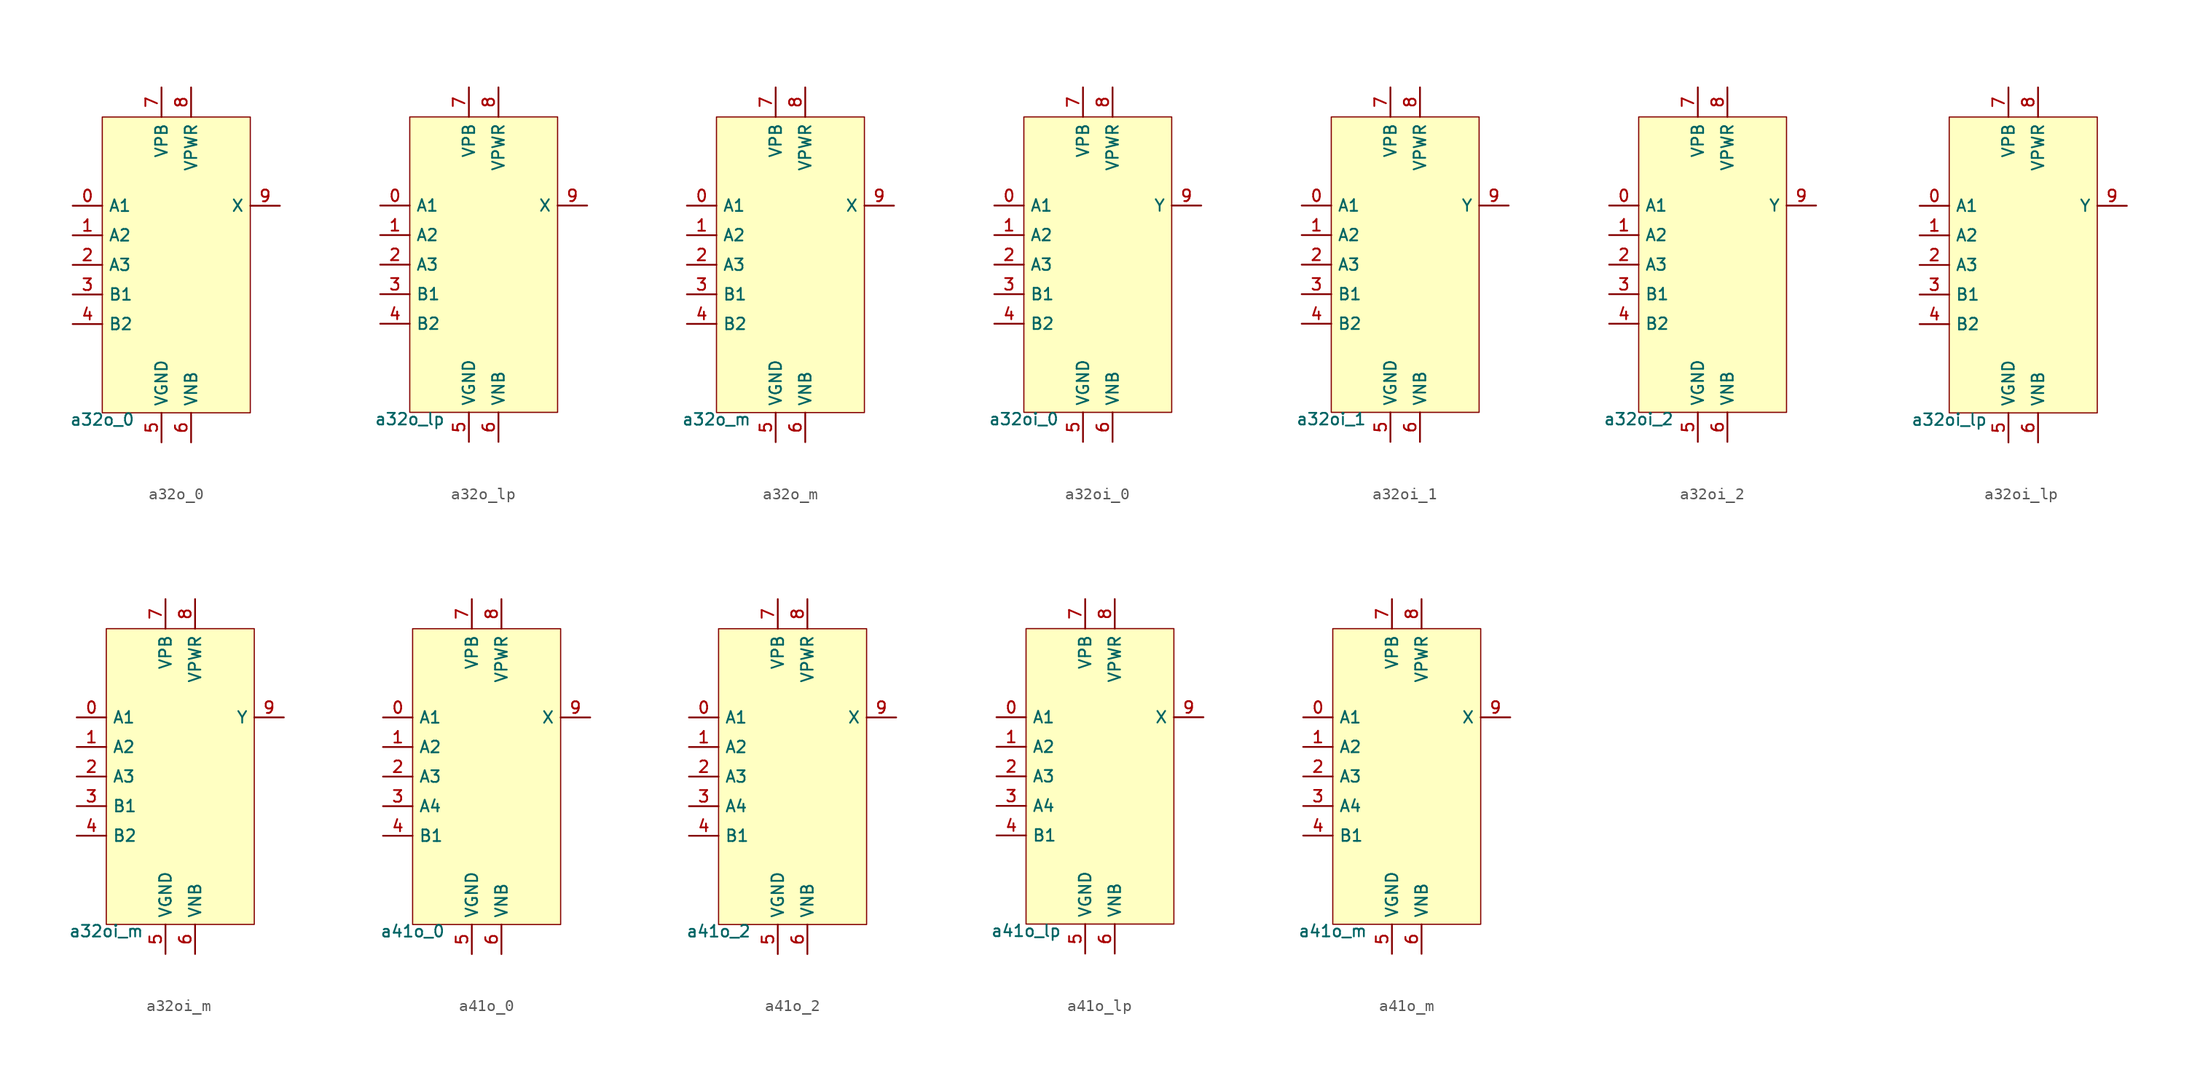
<source format=kicad_sym>
(kicad_symbol_lib
  (version 20211014)
  (generator pdk2kicad)
  (symbol "a32o_0"
    (property "Reference" "X"
      (at 0 0 0)
      (effects (font (size 1 1)) hide))
    (property "Value" "a32o_0"
      (at -6.35 -12.7 0)
      (effects (font (size 1 1)) (justify top)))
    (rectangle
      (start -6.35 -12.7)
      (end 6.35 12.7)
      (stroke (width 0.1) (type solid) (color 0 0 0 0))
      (fill (type background)))
    (pin input line
      (at -8.89 5.08 0)
      (length 2.54)
      (name "A1" (effects (font (size 1 1)) hide))
      (number "0" (effects (font (size 1 1)) hide)))
    (pin input line
      (at -8.89 2.54 0)
      (length 2.54)
      (name "A2" (effects (font (size 1 1)) hide))
      (number "1" (effects (font (size 1 1)) hide)))
    (pin input line
      (at -8.89 -8.881784197001252e-16 0)
      (length 2.54)
      (name "A3" (effects (font (size 1 1)) hide))
      (number "2" (effects (font (size 1 1)) hide)))
    (pin input line
      (at -8.89 -2.54 0)
      (length 2.54)
      (name "B1" (effects (font (size 1 1)) hide))
      (number "3" (effects (font (size 1 1)) hide)))
    (pin input line
      (at -8.89 -5.08 0)
      (length 2.54)
      (name "B2" (effects (font (size 1 1)) hide))
      (number "4" (effects (font (size 1 1)) hide)))
    (pin power_in line
      (at -1.27 -15.24 90)
      (length 2.54)
      (name "VGND" (effects (font (size 1 1)) hide))
      (number "5" (effects (font (size 1 1)) hide)))
    (pin power_in line
      (at 1.27 -15.24 90)
      (length 2.54)
      (name "VNB" (effects (font (size 1 1)) hide))
      (number "6" (effects (font (size 1 1)) hide)))
    (pin power_in line
      (at -1.27 15.24 270)
      (length 2.54)
      (name "VPB" (effects (font (size 1 1)) hide))
      (number "7" (effects (font (size 1 1)) hide)))
    (pin power_in line
      (at 1.27 15.24 270)
      (length 2.54)
      (name "VPWR" (effects (font (size 1 1)) hide))
      (number "8" (effects (font (size 1 1)) hide)))
    (pin output line
      (at 8.89 5.08 180)
      (length 2.54)
      (name "X" (effects (font (size 1 1)) hide))
      (number "9" (effects (font (size 1 1)) hide))))
  (symbol "a32o_lp"
    (property "Reference" "X"
      (at 0 0 0)
      (effects (font (size 1 1)) hide))
    (property "Value" "a32o_lp"
      (at -6.35 -12.7 0)
      (effects (font (size 1 1)) (justify top)))
    (rectangle
      (start -6.35 -12.7)
      (end 6.35 12.7)
      (stroke (width 0.1) (type solid) (color 0 0 0 0))
      (fill (type background)))
    (pin input line
      (at -8.89 5.08 0)
      (length 2.54)
      (name "A1" (effects (font (size 1 1)) hide))
      (number "0" (effects (font (size 1 1)) hide)))
    (pin input line
      (at -8.89 2.54 0)
      (length 2.54)
      (name "A2" (effects (font (size 1 1)) hide))
      (number "1" (effects (font (size 1 1)) hide)))
    (pin input line
      (at -8.89 -8.881784197001252e-16 0)
      (length 2.54)
      (name "A3" (effects (font (size 1 1)) hide))
      (number "2" (effects (font (size 1 1)) hide)))
    (pin input line
      (at -8.89 -2.54 0)
      (length 2.54)
      (name "B1" (effects (font (size 1 1)) hide))
      (number "3" (effects (font (size 1 1)) hide)))
    (pin input line
      (at -8.89 -5.08 0)
      (length 2.54)
      (name "B2" (effects (font (size 1 1)) hide))
      (number "4" (effects (font (size 1 1)) hide)))
    (pin power_in line
      (at -1.27 -15.24 90)
      (length 2.54)
      (name "VGND" (effects (font (size 1 1)) hide))
      (number "5" (effects (font (size 1 1)) hide)))
    (pin power_in line
      (at 1.27 -15.24 90)
      (length 2.54)
      (name "VNB" (effects (font (size 1 1)) hide))
      (number "6" (effects (font (size 1 1)) hide)))
    (pin power_in line
      (at -1.27 15.24 270)
      (length 2.54)
      (name "VPB" (effects (font (size 1 1)) hide))
      (number "7" (effects (font (size 1 1)) hide)))
    (pin power_in line
      (at 1.27 15.24 270)
      (length 2.54)
      (name "VPWR" (effects (font (size 1 1)) hide))
      (number "8" (effects (font (size 1 1)) hide)))
    (pin output line
      (at 8.89 5.08 180)
      (length 2.54)
      (name "X" (effects (font (size 1 1)) hide))
      (number "9" (effects (font (size 1 1)) hide))))
  (symbol "a32o_m"
    (property "Reference" "X"
      (at 0 0 0)
      (effects (font (size 1 1)) hide))
    (property "Value" "a32o_m"
      (at -6.35 -12.7 0)
      (effects (font (size 1 1)) (justify top)))
    (rectangle
      (start -6.35 -12.7)
      (end 6.35 12.7)
      (stroke (width 0.1) (type solid) (color 0 0 0 0))
      (fill (type background)))
    (pin input line
      (at -8.89 5.08 0)
      (length 2.54)
      (name "A1" (effects (font (size 1 1)) hide))
      (number "0" (effects (font (size 1 1)) hide)))
    (pin input line
      (at -8.89 2.54 0)
      (length 2.54)
      (name "A2" (effects (font (size 1 1)) hide))
      (number "1" (effects (font (size 1 1)) hide)))
    (pin input line
      (at -8.89 -8.881784197001252e-16 0)
      (length 2.54)
      (name "A3" (effects (font (size 1 1)) hide))
      (number "2" (effects (font (size 1 1)) hide)))
    (pin input line
      (at -8.89 -2.54 0)
      (length 2.54)
      (name "B1" (effects (font (size 1 1)) hide))
      (number "3" (effects (font (size 1 1)) hide)))
    (pin input line
      (at -8.89 -5.08 0)
      (length 2.54)
      (name "B2" (effects (font (size 1 1)) hide))
      (number "4" (effects (font (size 1 1)) hide)))
    (pin power_in line
      (at -1.27 -15.24 90)
      (length 2.54)
      (name "VGND" (effects (font (size 1 1)) hide))
      (number "5" (effects (font (size 1 1)) hide)))
    (pin power_in line
      (at 1.27 -15.24 90)
      (length 2.54)
      (name "VNB" (effects (font (size 1 1)) hide))
      (number "6" (effects (font (size 1 1)) hide)))
    (pin power_in line
      (at -1.27 15.24 270)
      (length 2.54)
      (name "VPB" (effects (font (size 1 1)) hide))
      (number "7" (effects (font (size 1 1)) hide)))
    (pin power_in line
      (at 1.27 15.24 270)
      (length 2.54)
      (name "VPWR" (effects (font (size 1 1)) hide))
      (number "8" (effects (font (size 1 1)) hide)))
    (pin output line
      (at 8.89 5.08 180)
      (length 2.54)
      (name "X" (effects (font (size 1 1)) hide))
      (number "9" (effects (font (size 1 1)) hide))))
  (symbol "a32oi_0"
    (property "Reference" "X"
      (at 0 0 0)
      (effects (font (size 1 1)) hide))
    (property "Value" "a32oi_0"
      (at -6.35 -12.7 0)
      (effects (font (size 1 1)) (justify top)))
    (rectangle
      (start -6.35 -12.7)
      (end 6.35 12.7)
      (stroke (width 0.1) (type solid) (color 0 0 0 0))
      (fill (type background)))
    (pin input line
      (at -8.89 5.08 0)
      (length 2.54)
      (name "A1" (effects (font (size 1 1)) hide))
      (number "0" (effects (font (size 1 1)) hide)))
    (pin input line
      (at -8.89 2.54 0)
      (length 2.54)
      (name "A2" (effects (font (size 1 1)) hide))
      (number "1" (effects (font (size 1 1)) hide)))
    (pin input line
      (at -8.89 -8.881784197001252e-16 0)
      (length 2.54)
      (name "A3" (effects (font (size 1 1)) hide))
      (number "2" (effects (font (size 1 1)) hide)))
    (pin input line
      (at -8.89 -2.54 0)
      (length 2.54)
      (name "B1" (effects (font (size 1 1)) hide))
      (number "3" (effects (font (size 1 1)) hide)))
    (pin input line
      (at -8.89 -5.08 0)
      (length 2.54)
      (name "B2" (effects (font (size 1 1)) hide))
      (number "4" (effects (font (size 1 1)) hide)))
    (pin power_in line
      (at -1.27 -15.24 90)
      (length 2.54)
      (name "VGND" (effects (font (size 1 1)) hide))
      (number "5" (effects (font (size 1 1)) hide)))
    (pin power_in line
      (at 1.27 -15.24 90)
      (length 2.54)
      (name "VNB" (effects (font (size 1 1)) hide))
      (number "6" (effects (font (size 1 1)) hide)))
    (pin power_in line
      (at -1.27 15.24 270)
      (length 2.54)
      (name "VPB" (effects (font (size 1 1)) hide))
      (number "7" (effects (font (size 1 1)) hide)))
    (pin power_in line
      (at 1.27 15.24 270)
      (length 2.54)
      (name "VPWR" (effects (font (size 1 1)) hide))
      (number "8" (effects (font (size 1 1)) hide)))
    (pin output line
      (at 8.89 5.08 180)
      (length 2.54)
      (name "Y" (effects (font (size 1 1)) hide))
      (number "9" (effects (font (size 1 1)) hide))))
  (symbol "a32oi_1"
    (property "Reference" "X"
      (at 0 0 0)
      (effects (font (size 1 1)) hide))
    (property "Value" "a32oi_1"
      (at -6.35 -12.7 0)
      (effects (font (size 1 1)) (justify top)))
    (rectangle
      (start -6.35 -12.7)
      (end 6.35 12.7)
      (stroke (width 0.1) (type solid) (color 0 0 0 0))
      (fill (type background)))
    (pin input line
      (at -8.89 5.08 0)
      (length 2.54)
      (name "A1" (effects (font (size 1 1)) hide))
      (number "0" (effects (font (size 1 1)) hide)))
    (pin input line
      (at -8.89 2.54 0)
      (length 2.54)
      (name "A2" (effects (font (size 1 1)) hide))
      (number "1" (effects (font (size 1 1)) hide)))
    (pin input line
      (at -8.89 -8.881784197001252e-16 0)
      (length 2.54)
      (name "A3" (effects (font (size 1 1)) hide))
      (number "2" (effects (font (size 1 1)) hide)))
    (pin input line
      (at -8.89 -2.54 0)
      (length 2.54)
      (name "B1" (effects (font (size 1 1)) hide))
      (number "3" (effects (font (size 1 1)) hide)))
    (pin input line
      (at -8.89 -5.08 0)
      (length 2.54)
      (name "B2" (effects (font (size 1 1)) hide))
      (number "4" (effects (font (size 1 1)) hide)))
    (pin power_in line
      (at -1.27 -15.24 90)
      (length 2.54)
      (name "VGND" (effects (font (size 1 1)) hide))
      (number "5" (effects (font (size 1 1)) hide)))
    (pin power_in line
      (at 1.27 -15.24 90)
      (length 2.54)
      (name "VNB" (effects (font (size 1 1)) hide))
      (number "6" (effects (font (size 1 1)) hide)))
    (pin power_in line
      (at -1.27 15.24 270)
      (length 2.54)
      (name "VPB" (effects (font (size 1 1)) hide))
      (number "7" (effects (font (size 1 1)) hide)))
    (pin power_in line
      (at 1.27 15.24 270)
      (length 2.54)
      (name "VPWR" (effects (font (size 1 1)) hide))
      (number "8" (effects (font (size 1 1)) hide)))
    (pin output line
      (at 8.89 5.08 180)
      (length 2.54)
      (name "Y" (effects (font (size 1 1)) hide))
      (number "9" (effects (font (size 1 1)) hide))))
  (symbol "a32oi_2"
    (property "Reference" "X"
      (at 0 0 0)
      (effects (font (size 1 1)) hide))
    (property "Value" "a32oi_2"
      (at -6.35 -12.7 0)
      (effects (font (size 1 1)) (justify top)))
    (rectangle
      (start -6.35 -12.7)
      (end 6.35 12.7)
      (stroke (width 0.1) (type solid) (color 0 0 0 0))
      (fill (type background)))
    (pin input line
      (at -8.89 5.08 0)
      (length 2.54)
      (name "A1" (effects (font (size 1 1)) hide))
      (number "0" (effects (font (size 1 1)) hide)))
    (pin input line
      (at -8.89 2.54 0)
      (length 2.54)
      (name "A2" (effects (font (size 1 1)) hide))
      (number "1" (effects (font (size 1 1)) hide)))
    (pin input line
      (at -8.89 -8.881784197001252e-16 0)
      (length 2.54)
      (name "A3" (effects (font (size 1 1)) hide))
      (number "2" (effects (font (size 1 1)) hide)))
    (pin input line
      (at -8.89 -2.54 0)
      (length 2.54)
      (name "B1" (effects (font (size 1 1)) hide))
      (number "3" (effects (font (size 1 1)) hide)))
    (pin input line
      (at -8.89 -5.08 0)
      (length 2.54)
      (name "B2" (effects (font (size 1 1)) hide))
      (number "4" (effects (font (size 1 1)) hide)))
    (pin power_in line
      (at -1.27 -15.24 90)
      (length 2.54)
      (name "VGND" (effects (font (size 1 1)) hide))
      (number "5" (effects (font (size 1 1)) hide)))
    (pin power_in line
      (at 1.27 -15.24 90)
      (length 2.54)
      (name "VNB" (effects (font (size 1 1)) hide))
      (number "6" (effects (font (size 1 1)) hide)))
    (pin power_in line
      (at -1.27 15.24 270)
      (length 2.54)
      (name "VPB" (effects (font (size 1 1)) hide))
      (number "7" (effects (font (size 1 1)) hide)))
    (pin power_in line
      (at 1.27 15.24 270)
      (length 2.54)
      (name "VPWR" (effects (font (size 1 1)) hide))
      (number "8" (effects (font (size 1 1)) hide)))
    (pin output line
      (at 8.89 5.08 180)
      (length 2.54)
      (name "Y" (effects (font (size 1 1)) hide))
      (number "9" (effects (font (size 1 1)) hide))))
  (symbol "a32oi_lp"
    (property "Reference" "X"
      (at 0 0 0)
      (effects (font (size 1 1)) hide))
    (property "Value" "a32oi_lp"
      (at -6.35 -12.7 0)
      (effects (font (size 1 1)) (justify top)))
    (rectangle
      (start -6.35 -12.7)
      (end 6.35 12.7)
      (stroke (width 0.1) (type solid) (color 0 0 0 0))
      (fill (type background)))
    (pin input line
      (at -8.89 5.08 0)
      (length 2.54)
      (name "A1" (effects (font (size 1 1)) hide))
      (number "0" (effects (font (size 1 1)) hide)))
    (pin input line
      (at -8.89 2.54 0)
      (length 2.54)
      (name "A2" (effects (font (size 1 1)) hide))
      (number "1" (effects (font (size 1 1)) hide)))
    (pin input line
      (at -8.89 -8.881784197001252e-16 0)
      (length 2.54)
      (name "A3" (effects (font (size 1 1)) hide))
      (number "2" (effects (font (size 1 1)) hide)))
    (pin input line
      (at -8.89 -2.54 0)
      (length 2.54)
      (name "B1" (effects (font (size 1 1)) hide))
      (number "3" (effects (font (size 1 1)) hide)))
    (pin input line
      (at -8.89 -5.08 0)
      (length 2.54)
      (name "B2" (effects (font (size 1 1)) hide))
      (number "4" (effects (font (size 1 1)) hide)))
    (pin power_in line
      (at -1.27 -15.24 90)
      (length 2.54)
      (name "VGND" (effects (font (size 1 1)) hide))
      (number "5" (effects (font (size 1 1)) hide)))
    (pin power_in line
      (at 1.27 -15.24 90)
      (length 2.54)
      (name "VNB" (effects (font (size 1 1)) hide))
      (number "6" (effects (font (size 1 1)) hide)))
    (pin power_in line
      (at -1.27 15.24 270)
      (length 2.54)
      (name "VPB" (effects (font (size 1 1)) hide))
      (number "7" (effects (font (size 1 1)) hide)))
    (pin power_in line
      (at 1.27 15.24 270)
      (length 2.54)
      (name "VPWR" (effects (font (size 1 1)) hide))
      (number "8" (effects (font (size 1 1)) hide)))
    (pin output line
      (at 8.89 5.08 180)
      (length 2.54)
      (name "Y" (effects (font (size 1 1)) hide))
      (number "9" (effects (font (size 1 1)) hide))))
  (symbol "a32oi_m"
    (property "Reference" "X"
      (at 0 0 0)
      (effects (font (size 1 1)) hide))
    (property "Value" "a32oi_m"
      (at -6.35 -12.7 0)
      (effects (font (size 1 1)) (justify top)))
    (rectangle
      (start -6.35 -12.7)
      (end 6.35 12.7)
      (stroke (width 0.1) (type solid) (color 0 0 0 0))
      (fill (type background)))
    (pin input line
      (at -8.89 5.08 0)
      (length 2.54)
      (name "A1" (effects (font (size 1 1)) hide))
      (number "0" (effects (font (size 1 1)) hide)))
    (pin input line
      (at -8.89 2.54 0)
      (length 2.54)
      (name "A2" (effects (font (size 1 1)) hide))
      (number "1" (effects (font (size 1 1)) hide)))
    (pin input line
      (at -8.89 -8.881784197001252e-16 0)
      (length 2.54)
      (name "A3" (effects (font (size 1 1)) hide))
      (number "2" (effects (font (size 1 1)) hide)))
    (pin input line
      (at -8.89 -2.54 0)
      (length 2.54)
      (name "B1" (effects (font (size 1 1)) hide))
      (number "3" (effects (font (size 1 1)) hide)))
    (pin input line
      (at -8.89 -5.08 0)
      (length 2.54)
      (name "B2" (effects (font (size 1 1)) hide))
      (number "4" (effects (font (size 1 1)) hide)))
    (pin power_in line
      (at -1.27 -15.24 90)
      (length 2.54)
      (name "VGND" (effects (font (size 1 1)) hide))
      (number "5" (effects (font (size 1 1)) hide)))
    (pin power_in line
      (at 1.27 -15.24 90)
      (length 2.54)
      (name "VNB" (effects (font (size 1 1)) hide))
      (number "6" (effects (font (size 1 1)) hide)))
    (pin power_in line
      (at -1.27 15.24 270)
      (length 2.54)
      (name "VPB" (effects (font (size 1 1)) hide))
      (number "7" (effects (font (size 1 1)) hide)))
    (pin power_in line
      (at 1.27 15.24 270)
      (length 2.54)
      (name "VPWR" (effects (font (size 1 1)) hide))
      (number "8" (effects (font (size 1 1)) hide)))
    (pin output line
      (at 8.89 5.08 180)
      (length 2.54)
      (name "Y" (effects (font (size 1 1)) hide))
      (number "9" (effects (font (size 1 1)) hide))))
  (symbol "a41o_0"
    (property "Reference" "X"
      (at 0 0 0)
      (effects (font (size 1 1)) hide))
    (property "Value" "a41o_0"
      (at -6.35 -12.7 0)
      (effects (font (size 1 1)) (justify top)))
    (rectangle
      (start -6.35 -12.7)
      (end 6.35 12.7)
      (stroke (width 0.1) (type solid) (color 0 0 0 0))
      (fill (type background)))
    (pin input line
      (at -8.89 5.08 0)
      (length 2.54)
      (name "A1" (effects (font (size 1 1)) hide))
      (number "0" (effects (font (size 1 1)) hide)))
    (pin input line
      (at -8.89 2.54 0)
      (length 2.54)
      (name "A2" (effects (font (size 1 1)) hide))
      (number "1" (effects (font (size 1 1)) hide)))
    (pin input line
      (at -8.89 -8.881784197001252e-16 0)
      (length 2.54)
      (name "A3" (effects (font (size 1 1)) hide))
      (number "2" (effects (font (size 1 1)) hide)))
    (pin input line
      (at -8.89 -2.54 0)
      (length 2.54)
      (name "A4" (effects (font (size 1 1)) hide))
      (number "3" (effects (font (size 1 1)) hide)))
    (pin input line
      (at -8.89 -5.08 0)
      (length 2.54)
      (name "B1" (effects (font (size 1 1)) hide))
      (number "4" (effects (font (size 1 1)) hide)))
    (pin power_in line
      (at -1.27 -15.24 90)
      (length 2.54)
      (name "VGND" (effects (font (size 1 1)) hide))
      (number "5" (effects (font (size 1 1)) hide)))
    (pin power_in line
      (at 1.27 -15.24 90)
      (length 2.54)
      (name "VNB" (effects (font (size 1 1)) hide))
      (number "6" (effects (font (size 1 1)) hide)))
    (pin power_in line
      (at -1.27 15.24 270)
      (length 2.54)
      (name "VPB" (effects (font (size 1 1)) hide))
      (number "7" (effects (font (size 1 1)) hide)))
    (pin power_in line
      (at 1.27 15.24 270)
      (length 2.54)
      (name "VPWR" (effects (font (size 1 1)) hide))
      (number "8" (effects (font (size 1 1)) hide)))
    (pin output line
      (at 8.89 5.08 180)
      (length 2.54)
      (name "X" (effects (font (size 1 1)) hide))
      (number "9" (effects (font (size 1 1)) hide))))
  (symbol "a41o_2"
    (property "Reference" "X"
      (at 0 0 0)
      (effects (font (size 1 1)) hide))
    (property "Value" "a41o_2"
      (at -6.35 -12.7 0)
      (effects (font (size 1 1)) (justify top)))
    (rectangle
      (start -6.35 -12.7)
      (end 6.35 12.7)
      (stroke (width 0.1) (type solid) (color 0 0 0 0))
      (fill (type background)))
    (pin input line
      (at -8.89 5.08 0)
      (length 2.54)
      (name "A1" (effects (font (size 1 1)) hide))
      (number "0" (effects (font (size 1 1)) hide)))
    (pin input line
      (at -8.89 2.54 0)
      (length 2.54)
      (name "A2" (effects (font (size 1 1)) hide))
      (number "1" (effects (font (size 1 1)) hide)))
    (pin input line
      (at -8.89 -8.881784197001252e-16 0)
      (length 2.54)
      (name "A3" (effects (font (size 1 1)) hide))
      (number "2" (effects (font (size 1 1)) hide)))
    (pin input line
      (at -8.89 -2.54 0)
      (length 2.54)
      (name "A4" (effects (font (size 1 1)) hide))
      (number "3" (effects (font (size 1 1)) hide)))
    (pin input line
      (at -8.89 -5.08 0)
      (length 2.54)
      (name "B1" (effects (font (size 1 1)) hide))
      (number "4" (effects (font (size 1 1)) hide)))
    (pin power_in line
      (at -1.27 -15.24 90)
      (length 2.54)
      (name "VGND" (effects (font (size 1 1)) hide))
      (number "5" (effects (font (size 1 1)) hide)))
    (pin power_in line
      (at 1.27 -15.24 90)
      (length 2.54)
      (name "VNB" (effects (font (size 1 1)) hide))
      (number "6" (effects (font (size 1 1)) hide)))
    (pin power_in line
      (at -1.27 15.24 270)
      (length 2.54)
      (name "VPB" (effects (font (size 1 1)) hide))
      (number "7" (effects (font (size 1 1)) hide)))
    (pin power_in line
      (at 1.27 15.24 270)
      (length 2.54)
      (name "VPWR" (effects (font (size 1 1)) hide))
      (number "8" (effects (font (size 1 1)) hide)))
    (pin output line
      (at 8.89 5.08 180)
      (length 2.54)
      (name "X" (effects (font (size 1 1)) hide))
      (number "9" (effects (font (size 1 1)) hide))))
  (symbol "a41o_lp"
    (property "Reference" "X"
      (at 0 0 0)
      (effects (font (size 1 1)) hide))
    (property "Value" "a41o_lp"
      (at -6.35 -12.7 0)
      (effects (font (size 1 1)) (justify top)))
    (rectangle
      (start -6.35 -12.7)
      (end 6.35 12.7)
      (stroke (width 0.1) (type solid) (color 0 0 0 0))
      (fill (type background)))
    (pin input line
      (at -8.89 5.08 0)
      (length 2.54)
      (name "A1" (effects (font (size 1 1)) hide))
      (number "0" (effects (font (size 1 1)) hide)))
    (pin input line
      (at -8.89 2.54 0)
      (length 2.54)
      (name "A2" (effects (font (size 1 1)) hide))
      (number "1" (effects (font (size 1 1)) hide)))
    (pin input line
      (at -8.89 -8.881784197001252e-16 0)
      (length 2.54)
      (name "A3" (effects (font (size 1 1)) hide))
      (number "2" (effects (font (size 1 1)) hide)))
    (pin input line
      (at -8.89 -2.54 0)
      (length 2.54)
      (name "A4" (effects (font (size 1 1)) hide))
      (number "3" (effects (font (size 1 1)) hide)))
    (pin input line
      (at -8.89 -5.08 0)
      (length 2.54)
      (name "B1" (effects (font (size 1 1)) hide))
      (number "4" (effects (font (size 1 1)) hide)))
    (pin power_in line
      (at -1.27 -15.24 90)
      (length 2.54)
      (name "VGND" (effects (font (size 1 1)) hide))
      (number "5" (effects (font (size 1 1)) hide)))
    (pin power_in line
      (at 1.27 -15.24 90)
      (length 2.54)
      (name "VNB" (effects (font (size 1 1)) hide))
      (number "6" (effects (font (size 1 1)) hide)))
    (pin power_in line
      (at -1.27 15.24 270)
      (length 2.54)
      (name "VPB" (effects (font (size 1 1)) hide))
      (number "7" (effects (font (size 1 1)) hide)))
    (pin power_in line
      (at 1.27 15.24 270)
      (length 2.54)
      (name "VPWR" (effects (font (size 1 1)) hide))
      (number "8" (effects (font (size 1 1)) hide)))
    (pin output line
      (at 8.89 5.08 180)
      (length 2.54)
      (name "X" (effects (font (size 1 1)) hide))
      (number "9" (effects (font (size 1 1)) hide))))
  (symbol "a41o_m"
    (property "Reference" "X"
      (at 0 0 0)
      (effects (font (size 1 1)) hide))
    (property "Value" "a41o_m"
      (at -6.35 -12.7 0)
      (effects (font (size 1 1)) (justify top)))
    (rectangle
      (start -6.35 -12.7)
      (end 6.35 12.7)
      (stroke (width 0.1) (type solid) (color 0 0 0 0))
      (fill (type background)))
    (pin input line
      (at -8.89 5.08 0)
      (length 2.54)
      (name "A1" (effects (font (size 1 1)) hide))
      (number "0" (effects (font (size 1 1)) hide)))
    (pin input line
      (at -8.89 2.54 0)
      (length 2.54)
      (name "A2" (effects (font (size 1 1)) hide))
      (number "1" (effects (font (size 1 1)) hide)))
    (pin input line
      (at -8.89 -8.881784197001252e-16 0)
      (length 2.54)
      (name "A3" (effects (font (size 1 1)) hide))
      (number "2" (effects (font (size 1 1)) hide)))
    (pin input line
      (at -8.89 -2.54 0)
      (length 2.54)
      (name "A4" (effects (font (size 1 1)) hide))
      (number "3" (effects (font (size 1 1)) hide)))
    (pin input line
      (at -8.89 -5.08 0)
      (length 2.54)
      (name "B1" (effects (font (size 1 1)) hide))
      (number "4" (effects (font (size 1 1)) hide)))
    (pin power_in line
      (at -1.27 -15.24 90)
      (length 2.54)
      (name "VGND" (effects (font (size 1 1)) hide))
      (number "5" (effects (font (size 1 1)) hide)))
    (pin power_in line
      (at 1.27 -15.24 90)
      (length 2.54)
      (name "VNB" (effects (font (size 1 1)) hide))
      (number "6" (effects (font (size 1 1)) hide)))
    (pin power_in line
      (at -1.27 15.24 270)
      (length 2.54)
      (name "VPB" (effects (font (size 1 1)) hide))
      (number "7" (effects (font (size 1 1)) hide)))
    (pin power_in line
      (at 1.27 15.24 270)
      (length 2.54)
      (name "VPWR" (effects (font (size 1 1)) hide))
      (number "8" (effects (font (size 1 1)) hide)))
    (pin output line
      (at 8.89 5.08 180)
      (length 2.54)
      (name "X" (effects (font (size 1 1)) hide))
      (number "9" (effects (font (size 1 1)) hide)))))
</source>
